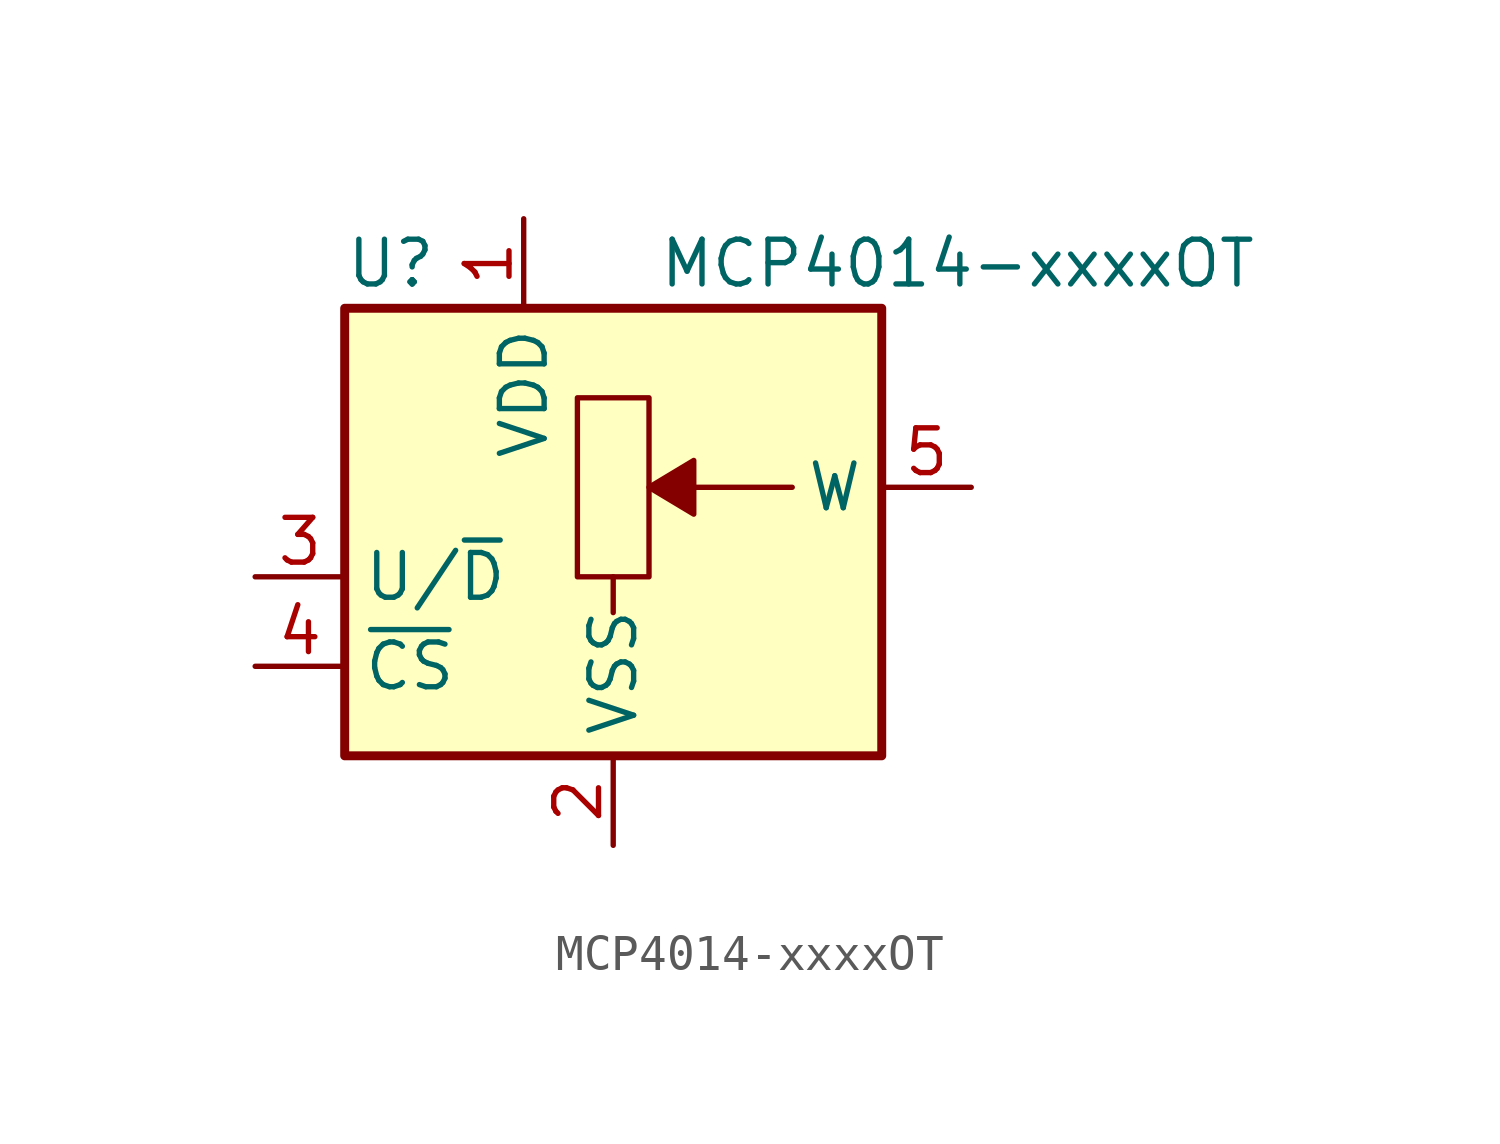
<source format=kicad_sym>
(kicad_symbol_lib
  (version 20201005)
  (generator kicad_symbol_editor)
  (symbol "MCP4014-xxxxOT"
    (property "Reference" "U"
      (at -7.62 8.89 0)
      (effects (font (size 1.27 1.27)) (justify left)))
    (property "Value" "MCP4014-xxxxOT"
      (at 1.27 8.89 0)
      (effects (font (size 1.27 1.27)) (justify left)))
    (symbol "MCP4014-xxxxOT_1_1"
      (rectangle (start -7.62 7.62) (end 7.62 -5.08) (stroke (width 0.254)) (fill (type background)))
      (rectangle (start 1.016 0) (end -1.016 5.08) (stroke (width 0)) (fill (type none)))
      (polyline (pts (xy 0 0) (xy 0 -1.016)) (stroke (width 0)) (fill (type none)))
      (polyline (pts (xy 5.08 2.54) (xy 2.286 2.54)) (stroke (width 0)) (fill (type none)))
      (polyline (pts (xy 2.286 1.778) (xy 2.286 3.302) (xy 1.016 2.54) (xy 2.286 1.778)) (stroke (width 0)) (fill (type outline)))
      (pin power_in line (at -2.54 10.16 270) (length 2.54) (name "VDD" (effects (font (size 1.27 1.27)))) (number "1" (effects (font (size 1.27 1.27)))))
      (pin power_in line (at 0 -7.62 90) (length 2.54) (name "VSS" (effects (font (size 1.27 1.27)))) (number "2" (effects (font (size 1.27 1.27)))))
      (pin input line (at -10.16 0 0) (length 2.54) (name "U/~D" (effects (font (size 1.27 1.27)))) (number "3" (effects (font (size 1.27 1.27)))))
      (pin input line (at -10.16 -2.54 0) (length 2.54) (name "~CS" (effects (font (size 1.27 1.27)))) (number "4" (effects (font (size 1.27 1.27)))))
      (pin passive line (at 10.16 2.54 180) (length 2.54) (name "W" (effects (font (size 1.27 1.27)))) (number "5" (effects (font (size 1.27 1.27))))))))
</source>
